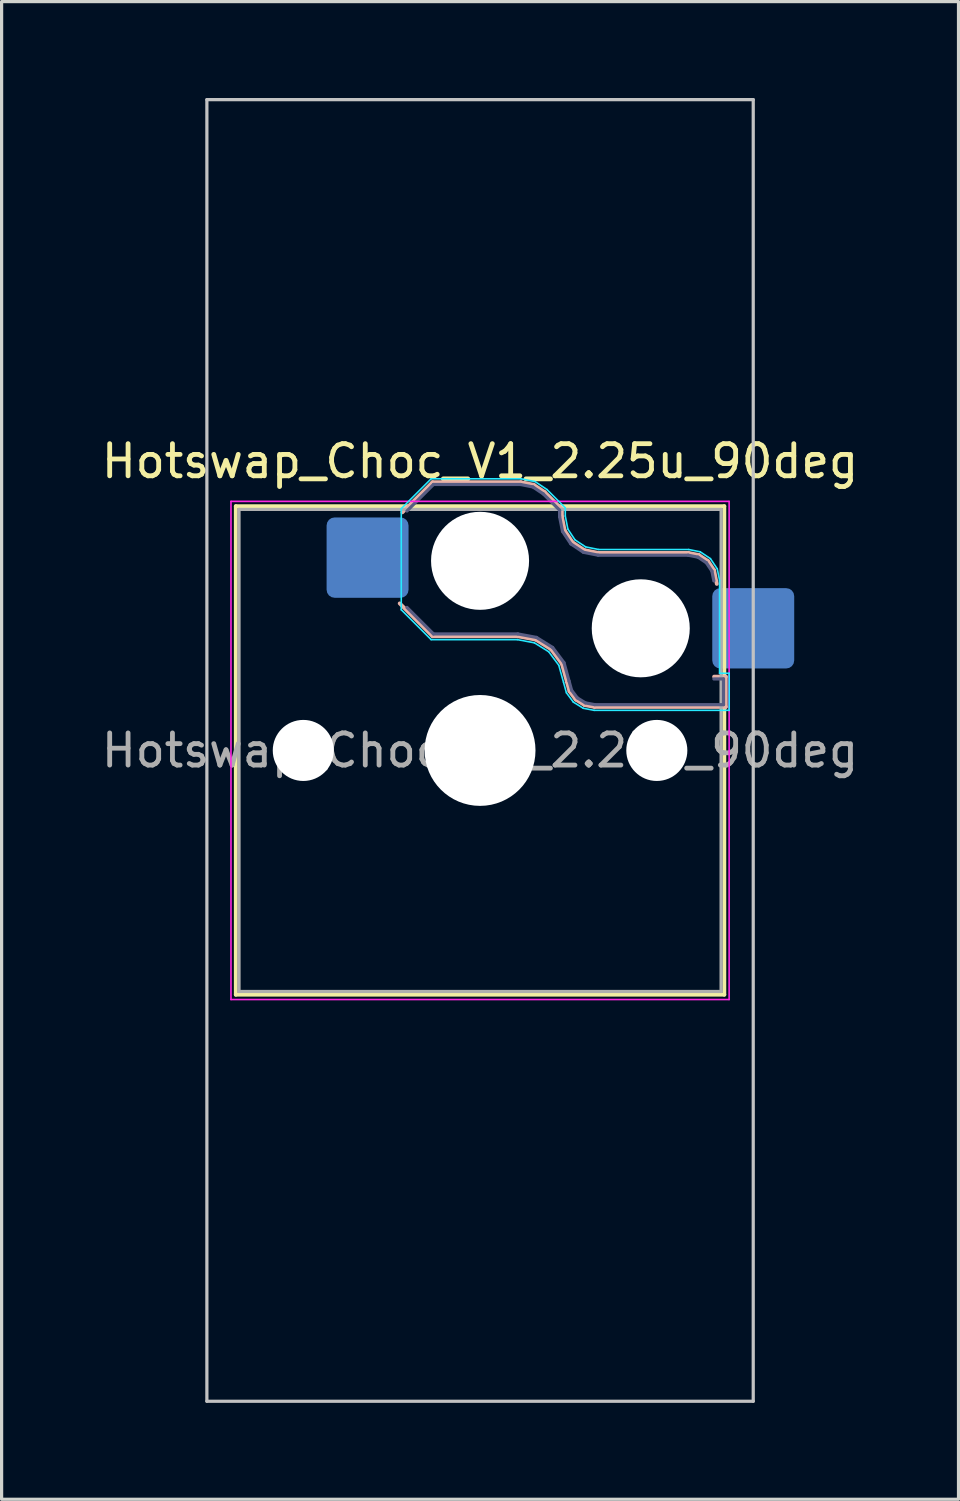
<source format=kicad_pcb>
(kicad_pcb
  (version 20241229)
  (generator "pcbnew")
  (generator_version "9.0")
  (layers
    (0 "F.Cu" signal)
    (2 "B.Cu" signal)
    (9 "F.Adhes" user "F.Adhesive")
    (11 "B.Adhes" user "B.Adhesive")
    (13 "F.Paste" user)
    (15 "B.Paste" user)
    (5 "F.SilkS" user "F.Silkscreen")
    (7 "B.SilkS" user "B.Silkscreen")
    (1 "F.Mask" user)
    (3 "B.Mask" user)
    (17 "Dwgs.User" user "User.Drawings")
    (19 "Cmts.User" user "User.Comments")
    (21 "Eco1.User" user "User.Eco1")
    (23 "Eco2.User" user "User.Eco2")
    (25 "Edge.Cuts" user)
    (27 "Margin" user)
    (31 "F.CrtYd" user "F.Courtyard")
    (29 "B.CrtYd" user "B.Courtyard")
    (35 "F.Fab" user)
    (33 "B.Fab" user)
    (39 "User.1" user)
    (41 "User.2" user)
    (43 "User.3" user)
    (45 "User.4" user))
  (footprint "Hotswap_Choc_V1_2.25u_90deg"
    (layer "F.Cu")
    (at 11.887 20.3)
    (property "Reference" "Hotswap_Choc_V1_2.25u_90deg" (at 0 -9 0) (layer "F.SilkS") (effects (font (size 1 1) (thickness 0.15))))
    (attr smd)
    (fp_line (start -7.6 -7.6) (end -7.6 7.6) (stroke (width 0.12) (type solid)) (layer "F.SilkS"))
    (fp_line (start -7.6 7.6) (end 7.6 7.6) (stroke (width 0.12) (type solid)) (layer "F.SilkS"))
    (fp_line (start 7.6 -7.6) (end -7.6 -7.6) (stroke (width 0.12) (type solid)) (layer "F.SilkS"))
    (fp_line (start 7.6 7.6) (end 7.6 -7.6) (stroke (width 0.12) (type solid)) (layer "F.SilkS"))
    (fp_line (start -2.416 -7.409) (end -1.479 -8.346) (stroke (width 0.12) (type solid)) (layer "B.SilkS"))
    (fp_line (start -1.479 -8.346) (end 1.268 -8.346) (stroke (width 0.12) (type solid)) (layer "B.SilkS"))
    (fp_line (start -1.479 -3.554) (end -2.5 -4.575) (stroke (width 0.12) (type solid)) (layer "B.SilkS"))
    (fp_line (start 1.168 -3.554) (end -1.479 -3.554) (stroke (width 0.12) (type solid)) (layer "B.SilkS"))
    (fp_line (start 1.268 -8.346) (end 1.671 -8.266) (stroke (width 0.12) (type solid)) (layer "B.SilkS"))
    (fp_line (start 1.671 -8.266) (end 2.013 -8.037) (stroke (width 0.12) (type solid)) (layer "B.SilkS"))
    (fp_line (start 1.73 -3.449) (end 1.168 -3.554) (stroke (width 0.12) (type solid)) (layer "B.SilkS"))
    (fp_line (start 2.013 -8.037) (end 2.546 -7.504) (stroke (width 0.12) (type solid)) (layer "B.SilkS"))
    (fp_line (start 2.209 -3.15) (end 1.73 -3.449) (stroke (width 0.12) (type solid)) (layer "B.SilkS"))
    (fp_line (start 2.546 -7.504) (end 2.546 -7.282) (stroke (width 0.12) (type solid)) (layer "B.SilkS"))
    (fp_line (start 2.546 -7.282) (end 2.633 -6.844) (stroke (width 0.12) (type solid)) (layer "B.SilkS"))
    (fp_line (start 2.547 -2.697) (end 2.209 -3.15) (stroke (width 0.12) (type solid)) (layer "B.SilkS"))
    (fp_line (start 2.633 -6.844) (end 2.877 -6.477) (stroke (width 0.12) (type solid)) (layer "B.SilkS"))
    (fp_line (start 2.701 -2.139) (end 2.547 -2.697) (stroke (width 0.12) (type solid)) (layer "B.SilkS"))
    (fp_line (start 2.783 -1.841) (end 2.701 -2.139) (stroke (width 0.12) (type solid)) (layer "B.SilkS"))
    (fp_line (start 2.877 -6.477) (end 3.244 -6.233) (stroke (width 0.12) (type solid)) (layer "B.SilkS"))
    (fp_line (start 2.976 -1.583) (end 2.783 -1.841) (stroke (width 0.12) (type solid)) (layer "B.SilkS"))
    (fp_line (start 3.244 -6.233) (end 3.682 -6.146) (stroke (width 0.12) (type solid)) (layer "B.SilkS"))
    (fp_line (start 3.25 -1.413) (end 2.976 -1.583) (stroke (width 0.12) (type solid)) (layer "B.SilkS"))
    (fp_line (start 3.56 -1.354) (end 3.25 -1.413) (stroke (width 0.12) (type solid)) (layer "B.SilkS"))
    (fp_line (start 3.682 -6.146) (end 6.482 -6.146) (stroke (width 0.12) (type solid)) (layer "B.SilkS"))
    (fp_line (start 6.482 -6.146) (end 6.809 -6.081) (stroke (width 0.12) (type solid)) (layer "B.SilkS"))
    (fp_line (start 6.809 -6.081) (end 7.092 -5.892) (stroke (width 0.12) (type solid)) (layer "B.SilkS"))
    (fp_line (start 7.092 -5.892) (end 7.281 -5.609) (stroke (width 0.12) (type solid)) (layer "B.SilkS"))
    (fp_line (start 7.281 -5.609) (end 7.366 -5.182) (stroke (width 0.12) (type solid)) (layer "B.SilkS"))
    (fp_line (start 7.283 -2.296) (end 7.646 -2.296) (stroke (width 0.12) (type solid)) (layer "B.SilkS"))
    (fp_line (start 7.646 -2.296) (end 7.646 -1.354) (stroke (width 0.12) (type solid)) (layer "B.SilkS"))
    (fp_line (start 7.646 -1.354) (end 3.56 -1.354) (stroke (width 0.12) (type solid)) (layer "B.SilkS"))
    (fp_line (start -8.5 -20.25) (end 8.5 -20.25) (stroke (width 0.1) (type solid)) (layer "Dwgs.User"))
    (fp_line (start -8.5 20.25) (end -8.5 -20.25) (stroke (width 0.1) (type solid)) (layer "Dwgs.User"))
    (fp_line (start 8.5 -20.25) (end 8.5 20.25) (stroke (width 0.1) (type solid)) (layer "Dwgs.User"))
    (fp_line (start 8.5 20.25) (end -8.5 20.25) (stroke (width 0.1) (type solid)) (layer "Dwgs.User"))
    (fp_line (start -7.25 -7.25) (end -7.25 7.25) (stroke (width 0.1) (type solid)) (layer "Eco1.User"))
    (fp_line (start -7.25 7.25) (end 7.25 7.25) (stroke (width 0.1) (type solid)) (layer "Eco1.User"))
    (fp_line (start 7.25 -7.25) (end -7.25 -7.25) (stroke (width 0.1) (type solid)) (layer "Eco1.User"))
    (fp_line (start 7.25 7.25) (end 7.25 -7.25) (stroke (width 0.1) (type solid)) (layer "Eco1.User"))
    (fp_line (start -2.452 -7.523) (end -1.523 -8.452) (stroke (width 0.05) (type solid)) (layer "B.CrtYd"))
    (fp_line (start -2.452 -4.377) (end -2.452 -7.523) (stroke (width 0.05) (type solid)) (layer "B.CrtYd"))
    (fp_line (start -1.523 -8.452) (end 1.278 -8.452) (stroke (width 0.05) (type solid)) (layer "B.CrtYd"))
    (fp_line (start -1.523 -3.448) (end -2.452 -4.377) (stroke (width 0.05) (type solid)) (layer "B.CrtYd"))
    (fp_line (start 1.159 -3.448) (end -1.523 -3.448) (stroke (width 0.05) (type solid)) (layer "B.CrtYd"))
    (fp_line (start 1.278 -8.452) (end 1.712 -8.366) (stroke (width 0.05) (type solid)) (layer "B.CrtYd"))
    (fp_line (start 1.691 -3.348) (end 1.159 -3.448) (stroke (width 0.05) (type solid)) (layer "B.CrtYd"))
    (fp_line (start 1.712 -8.366) (end 2.081 -8.119) (stroke (width 0.05) (type solid)) (layer "B.CrtYd"))
    (fp_line (start 2.081 -8.119) (end 2.652 -7.548) (stroke (width 0.05) (type solid)) (layer "B.CrtYd"))
    (fp_line (start 2.136 -3.071) (end 1.691 -3.348) (stroke (width 0.05) (type solid)) (layer "B.CrtYd"))
    (fp_line (start 2.45 -2.65) (end 2.136 -3.071) (stroke (width 0.05) (type solid)) (layer "B.CrtYd"))
    (fp_line (start 2.599 -2.111) (end 2.45 -2.65) (stroke (width 0.05) (type solid)) (layer "B.CrtYd"))
    (fp_line (start 2.652 -7.548) (end 2.652 -7.292) (stroke (width 0.05) (type solid)) (layer "B.CrtYd"))
    (fp_line (start 2.652 -7.292) (end 2.733 -6.885) (stroke (width 0.05) (type solid)) (layer "B.CrtYd"))
    (fp_line (start 2.687 -1.794) (end 2.599 -2.111) (stroke (width 0.05) (type solid)) (layer "B.CrtYd"))
    (fp_line (start 2.733 -6.885) (end 2.953 -6.553) (stroke (width 0.05) (type solid)) (layer "B.CrtYd"))
    (fp_line (start 2.903 -1.503) (end 2.687 -1.794) (stroke (width 0.05) (type solid)) (layer "B.CrtYd"))
    (fp_line (start 2.953 -6.553) (end 3.285 -6.333) (stroke (width 0.05) (type solid)) (layer "B.CrtYd"))
    (fp_line (start 3.211 -1.312) (end 2.903 -1.503) (stroke (width 0.05) (type solid)) (layer "B.CrtYd"))
    (fp_line (start 3.285 -6.333) (end 3.692 -6.252) (stroke (width 0.05) (type solid)) (layer "B.CrtYd"))
    (fp_line (start 3.55 -1.248) (end 3.211 -1.312) (stroke (width 0.05) (type solid)) (layer "B.CrtYd"))
    (fp_line (start 3.692 -6.252) (end 6.492 -6.252) (stroke (width 0.05) (type solid)) (layer "B.CrtYd"))
    (fp_line (start 6.492 -6.252) (end 6.85 -6.181) (stroke (width 0.05) (type solid)) (layer "B.CrtYd"))
    (fp_line (start 6.85 -6.181) (end 7.168 -5.968) (stroke (width 0.05) (type solid)) (layer "B.CrtYd"))
    (fp_line (start 7.168 -5.968) (end 7.381 -5.65) (stroke (width 0.05) (type solid)) (layer "B.CrtYd"))
    (fp_line (start 7.381 -5.65) (end 7.452 -5.292) (stroke (width 0.05) (type solid)) (layer "B.CrtYd"))
    (fp_line (start 7.452 -5.292) (end 7.452 -2.402) (stroke (width 0.05) (type solid)) (layer "B.CrtYd"))
    (fp_line (start 7.452 -2.402) (end 7.752 -2.402) (stroke (width 0.05) (type solid)) (layer "B.CrtYd"))
    (fp_line (start 7.752 -2.402) (end 7.752 -1.248) (stroke (width 0.05) (type solid)) (layer "B.CrtYd"))
    (fp_line (start 7.752 -1.248) (end 3.55 -1.248) (stroke (width 0.05) (type solid)) (layer "B.CrtYd"))
    (fp_line (start -7.75 -7.75) (end -7.75 7.75) (stroke (width 0.05) (type solid)) (layer "F.CrtYd"))
    (fp_line (start -7.75 7.75) (end 7.75 7.75) (stroke (width 0.05) (type solid)) (layer "F.CrtYd"))
    (fp_line (start 7.75 -7.75) (end -7.75 -7.75) (stroke (width 0.05) (type solid)) (layer "F.CrtYd"))
    (fp_line (start 7.75 7.75) (end 7.75 -7.75) (stroke (width 0.05) (type solid)) (layer "F.CrtYd"))
    (fp_line (start -2.275 -7.45) (end -1.45 -8.275) (stroke (width 0.1) (type solid)) (layer "B.Fab"))
    (fp_line (start -1.45 -8.275) (end 1.261 -8.275) (stroke (width 0.1) (type solid)) (layer "B.Fab"))
    (fp_line (start -1.45 -3.625) (end -2.275 -4.45) (stroke (width 0.1) (type solid)) (layer "B.Fab"))
    (fp_line (start 1.175 -3.625) (end -1.45 -3.625) (stroke (width 0.1) (type solid)) (layer "B.Fab"))
    (fp_line (start 1.261 -8.275) (end 1.643 -8.199) (stroke (width 0.1) (type solid)) (layer "B.Fab"))
    (fp_line (start 1.643 -8.199) (end 1.968 -7.982) (stroke (width 0.1) (type solid)) (layer "B.Fab"))
    (fp_line (start 1.756 -3.516) (end 1.175 -3.625) (stroke (width 0.1) (type solid)) (layer "B.Fab"))
    (fp_line (start 1.968 -7.982) (end 2.475 -7.475) (stroke (width 0.1) (type solid)) (layer "B.Fab"))
    (fp_line (start 2.258 -3.203) (end 1.756 -3.516) (stroke (width 0.1) (type solid)) (layer "B.Fab"))
    (fp_line (start 2.475 -7.475) (end 2.475 -7.275) (stroke (width 0.1) (type solid)) (layer "B.Fab"))
    (fp_line (start 2.475 -7.275) (end 2.566 -6.816) (stroke (width 0.1) (type solid)) (layer "B.Fab"))
    (fp_line (start 2.566 -6.816) (end 2.826 -6.426) (stroke (width 0.1) (type solid)) (layer "B.Fab"))
    (fp_line (start 2.612 -2.729) (end 2.258 -3.203) (stroke (width 0.1) (type solid)) (layer "B.Fab"))
    (fp_line (start 2.769 -2.158) (end 2.612 -2.729) (stroke (width 0.1) (type solid)) (layer "B.Fab"))
    (fp_line (start 2.826 -6.426) (end 3.216 -6.166) (stroke (width 0.1) (type solid)) (layer "B.Fab"))
    (fp_line (start 2.848 -1.873) (end 2.769 -2.158) (stroke (width 0.1) (type solid)) (layer "B.Fab"))
    (fp_line (start 3.025 -1.636) (end 2.848 -1.873) (stroke (width 0.1) (type solid)) (layer "B.Fab"))
    (fp_line (start 3.216 -6.166) (end 3.675 -6.075) (stroke (width 0.1) (type solid)) (layer "B.Fab"))
    (fp_line (start 3.276 -1.48) (end 3.025 -1.636) (stroke (width 0.1) (type solid)) (layer "B.Fab"))
    (fp_line (start 3.567 -1.425) (end 3.276 -1.48) (stroke (width 0.1) (type solid)) (layer "B.Fab"))
    (fp_line (start 3.675 -6.075) (end 6.475 -6.075) (stroke (width 0.1) (type solid)) (layer "B.Fab"))
    (fp_line (start 6.475 -6.075) (end 6.781 -6.014) (stroke (width 0.1) (type solid)) (layer "B.Fab"))
    (fp_line (start 6.781 -6.014) (end 7.041 -5.841) (stroke (width 0.1) (type solid)) (layer "B.Fab"))
    (fp_line (start 7.041 -5.841) (end 7.214 -5.581) (stroke (width 0.1) (type solid)) (layer "B.Fab"))
    (fp_line (start 7.214 -5.581) (end 7.275 -5.275) (stroke (width 0.1) (type solid)) (layer "B.Fab"))
    (fp_line (start 7.275 -2.225) (end 7.575 -2.225) (stroke (width 0.1) (type solid)) (layer "B.Fab"))
    (fp_line (start 7.575 -2.225) (end 7.575 -1.425) (stroke (width 0.1) (type solid)) (layer "B.Fab"))
    (fp_line (start 7.575 -1.425) (end 3.567 -1.425) (stroke (width 0.1) (type solid)) (layer "B.Fab"))
    (fp_line (start -7.5 -7.5) (end -7.5 7.5) (stroke (width 0.1) (type solid)) (layer "F.Fab"))
    (fp_line (start -7.5 7.5) (end 7.5 7.5) (stroke (width 0.1) (type solid)) (layer "F.Fab"))
    (fp_line (start 7.5 -7.5) (end -7.5 -7.5) (stroke (width 0.1) (type solid)) (layer "F.Fab"))
    (fp_line (start 7.5 7.5) (end 7.5 -7.5) (stroke (width 0.1) (type solid)) (layer "F.Fab"))
    (fp_text user "${REFERENCE}" (at 0 0 0) (layer "F.Fab") (effects (font (size 1 1) (thickness 0.15))))
    (pad "" np_thru_hole circle (at -5.5 0) (size 1.9 1.9) (drill 1.9) (layers "*.Cu" "*.Mask"))
    (pad "" np_thru_hole circle (at 0 -5.9) (size 3.05 3.05) (drill 3.05) (layers "*.Cu" "*.Mask"))
    (pad "" np_thru_hole circle (at 0 0) (size 3.45 3.45) (drill 3.45) (layers "*.Cu" "*.Mask"))
    (pad "" np_thru_hole circle (at 5 -3.8) (size 3.05 3.05) (drill 3.05) (layers "*.Cu" "*.Mask"))
    (pad "" np_thru_hole circle (at 5.5 0) (size 1.9 1.9) (drill 1.9) (layers "*.Cu" "*.Mask"))
    (pad "1" smd roundrect (at -3.5 -6) (size 2.55 2.5) (layers "B.Cu" "B.Mask" "B.Paste") (roundrect_rratio 0.1))
    (pad "2" smd roundrect (at 8.5 -3.8) (size 2.55 2.5) (layers "B.Cu" "B.Mask" "B.Paste") (roundrect_rratio 0.1)))
  (gr_rect
    (start -3 -3)
    (end 26.774 43.6)
    (stroke (width 0.1) (type default))
    (fill no)
    (layer "Edge.Cuts")))
</source>
